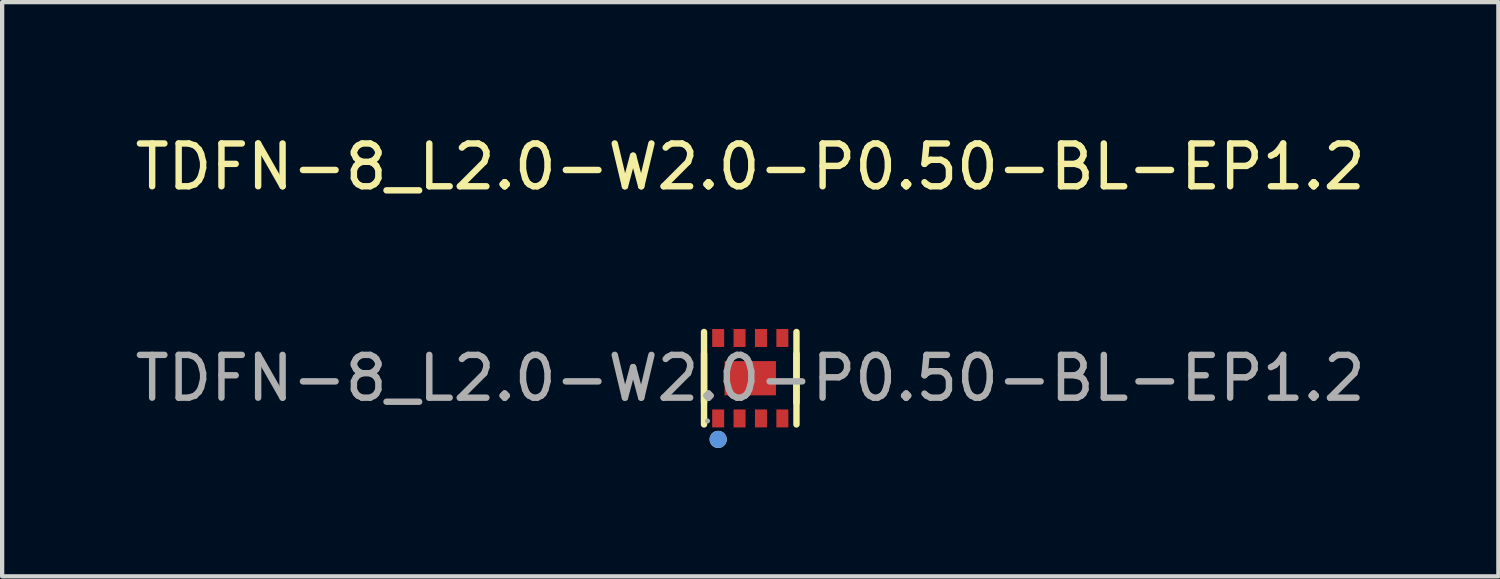
<source format=kicad_pcb>
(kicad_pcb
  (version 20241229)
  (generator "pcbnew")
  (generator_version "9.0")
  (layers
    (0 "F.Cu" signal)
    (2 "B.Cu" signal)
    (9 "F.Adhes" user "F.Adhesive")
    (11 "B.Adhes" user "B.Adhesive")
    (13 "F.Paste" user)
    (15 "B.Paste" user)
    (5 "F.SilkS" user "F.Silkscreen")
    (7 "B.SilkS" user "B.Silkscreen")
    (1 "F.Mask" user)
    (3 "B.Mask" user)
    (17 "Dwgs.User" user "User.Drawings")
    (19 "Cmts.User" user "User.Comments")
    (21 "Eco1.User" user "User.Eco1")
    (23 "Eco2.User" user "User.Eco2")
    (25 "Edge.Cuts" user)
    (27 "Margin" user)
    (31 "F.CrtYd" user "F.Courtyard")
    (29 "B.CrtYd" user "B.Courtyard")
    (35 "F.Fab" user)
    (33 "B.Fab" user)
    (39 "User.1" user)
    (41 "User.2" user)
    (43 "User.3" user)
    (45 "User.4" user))
  (footprint "TDFN-8_L2.0-W2.0-P0.50-BL-EP1.2"
    (layer "F.Cu")
    (at 14.482 5.788)
    (property "Reference" "TDFN-8_L2.0-W2.0-P0.50-BL-EP1.2" (at 0 -4.94 0) (layer "F.SilkS") (effects (font (size 1 1) (thickness 0.15))))
    (attr smd)
    (fp_line (start -1.08 -1.08) (end -1.08 0.57) (stroke (width 0.15) (type solid)) (layer "F.SilkS"))
    (fp_line (start -1.08 1.08) (end -1.08 -0.57) (stroke (width 0.15) (type solid)) (layer "F.SilkS"))
    (fp_line (start 1.08 -1.08) (end 1.08 0.57) (stroke (width 0.15) (type solid)) (layer "F.SilkS"))
    (fp_line (start 1.08 1.08) (end 1.08 -0.57) (stroke (width 0.15) (type solid)) (layer "F.SilkS"))
    (fp_circle (center -0.75 1.43) (end -0.65 1.43) (stroke (width 0.2) (type solid)) (fill no) (layer "F.SilkS"))
    (fp_circle (center -0.75 1.43) (end -0.65 1.43) (stroke (width 0.2) (type solid)) (fill no) (layer "Cmts.User"))
    (fp_circle (center -1 1) (end -0.97 1) (stroke (width 0.06) (type solid)) (fill no) (layer "F.Fab"))
    (fp_text user "${REFERENCE}" (at 0 0 0) (layer "F.Fab") (effects (font (size 1 1) (thickness 0.15))))
    (pad "1" smd rect (at -0.75 0.94) (size 0.28 0.42) (layers "F.Cu" "F.Mask" "F.Paste"))
    (pad "2" smd rect (at -0.25 0.94) (size 0.28 0.42) (layers "F.Cu" "F.Mask" "F.Paste"))
    (pad "3" smd rect (at 0.25 0.94) (size 0.28 0.42) (layers "F.Cu" "F.Mask" "F.Paste"))
    (pad "4" smd rect (at 0.75 0.94) (size 0.28 0.42) (layers "F.Cu" "F.Mask" "F.Paste"))
    (pad "5" smd rect (at 0.75 -0.94) (size 0.28 0.42) (layers "F.Cu" "F.Mask" "F.Paste"))
    (pad "6" smd rect (at 0.25 -0.94) (size 0.28 0.42) (layers "F.Cu" "F.Mask" "F.Paste"))
    (pad "7" smd rect (at -0.25 -0.94) (size 0.28 0.42) (layers "F.Cu" "F.Mask" "F.Paste"))
    (pad "8" smd rect (at -0.75 -0.94) (size 0.28 0.42) (layers "F.Cu" "F.Mask" "F.Paste"))
    (pad "9" smd rect (at 0 0) (size 1.2 0.8) (layers "F.Cu" "F.Mask" "F.Paste")))
  (gr_rect
    (start -3 -3)
    (end 31.964 10.418)
    (stroke (width 0.1) (type default))
    (fill no)
    (layer "Edge.Cuts")))
</source>
